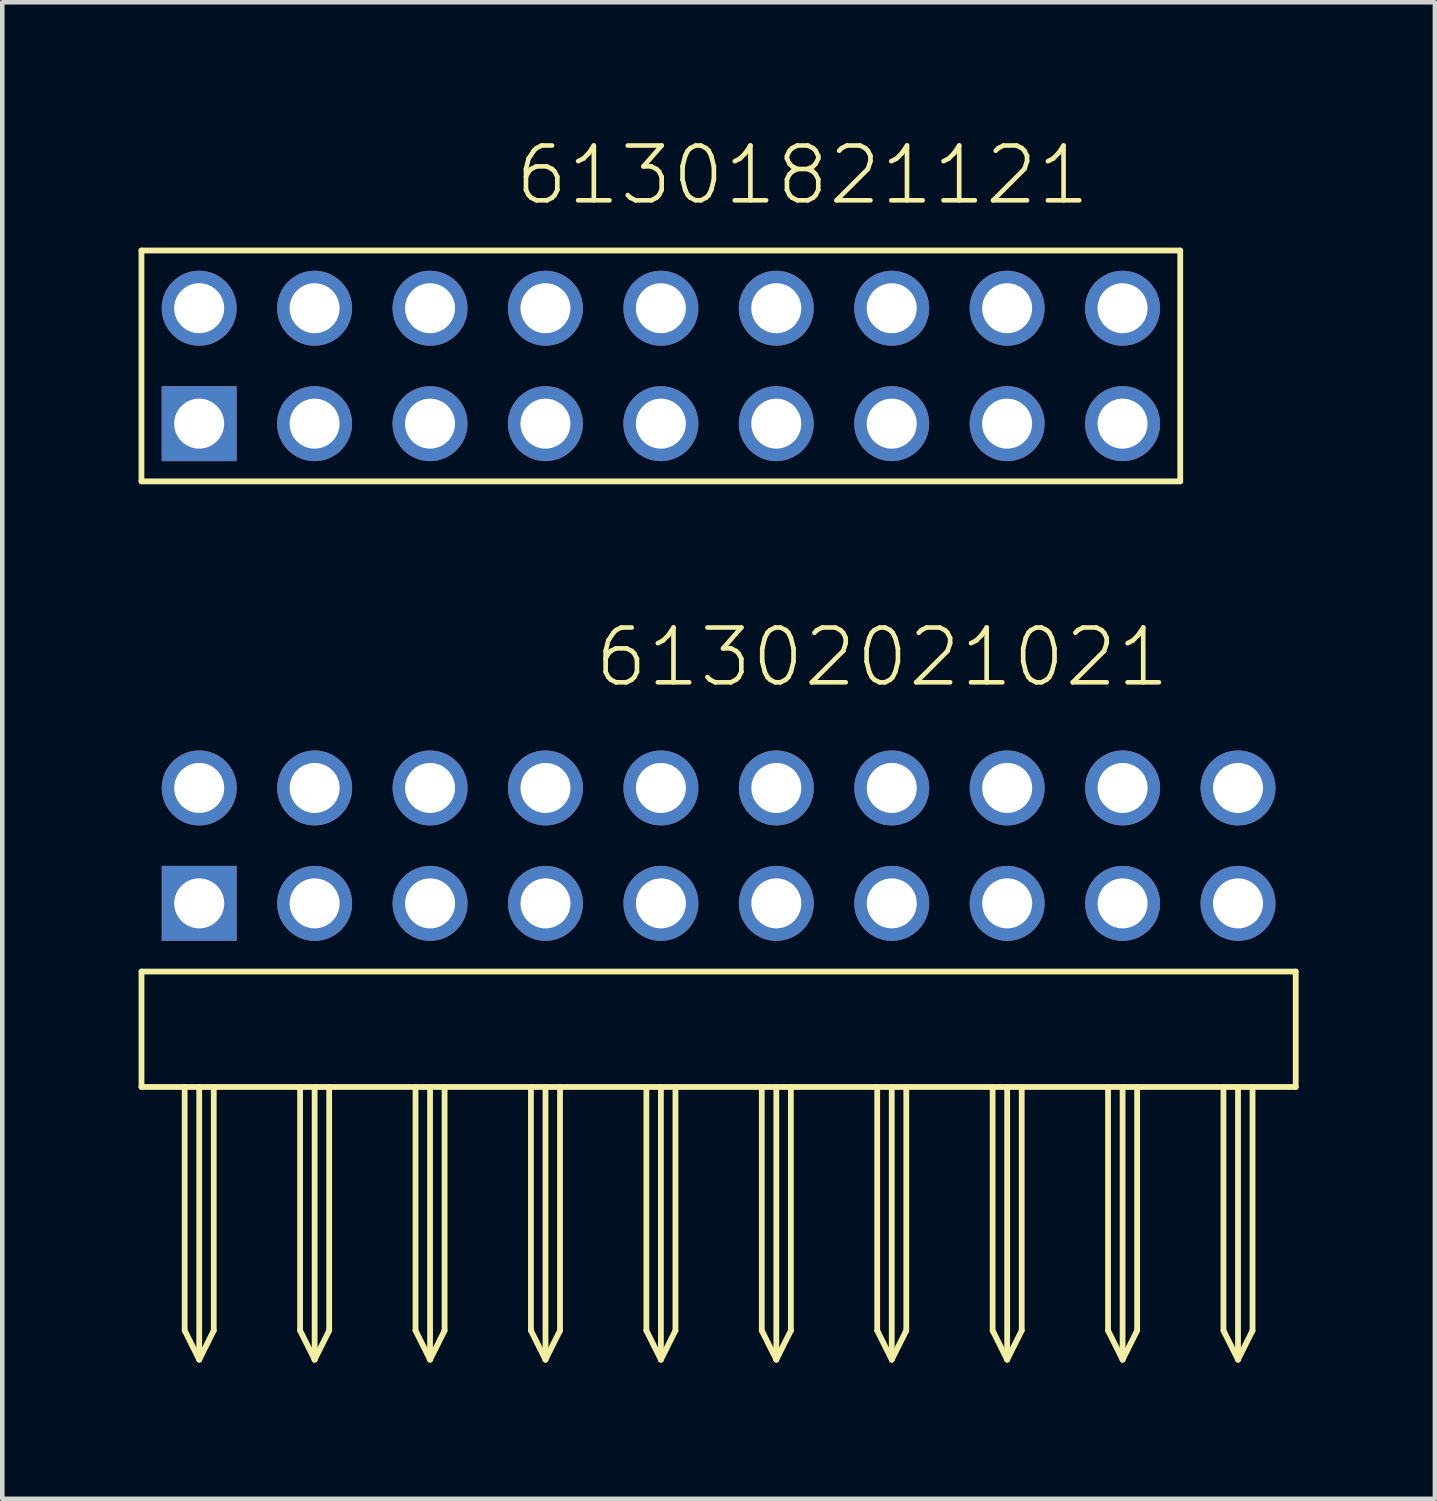
<source format=kicad_pcb>
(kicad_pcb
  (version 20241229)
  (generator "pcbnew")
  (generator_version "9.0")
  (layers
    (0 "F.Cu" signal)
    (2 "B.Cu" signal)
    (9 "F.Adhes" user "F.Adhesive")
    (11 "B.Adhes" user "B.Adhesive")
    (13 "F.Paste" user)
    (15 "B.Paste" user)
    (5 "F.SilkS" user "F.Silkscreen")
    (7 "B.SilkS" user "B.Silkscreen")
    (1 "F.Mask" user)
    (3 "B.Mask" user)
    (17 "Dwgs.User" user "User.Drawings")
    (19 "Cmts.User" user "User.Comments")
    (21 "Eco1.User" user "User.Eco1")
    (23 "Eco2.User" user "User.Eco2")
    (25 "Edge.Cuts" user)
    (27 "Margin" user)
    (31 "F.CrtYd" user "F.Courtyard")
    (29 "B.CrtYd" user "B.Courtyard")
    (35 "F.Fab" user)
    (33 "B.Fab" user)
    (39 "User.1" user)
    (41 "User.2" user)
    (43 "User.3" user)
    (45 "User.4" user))
  (footprint "61301821121"
    (layer "F.Cu")
    (at 11.493 5.003)
    (property "Reference" "61301821121" (at -3.265 -3.492 0) (layer "F.SilkS") (effects (font (size 1.206 1.206) (thickness 0.102)) (justify left bottom)))
    (attr through_hole)
    (fp_line (start -11.43 -2.54) (end 11.43 -2.54) (stroke (width 0.127) (type solid)) (layer "F.SilkS"))
    (fp_line (start -11.43 2.54) (end -11.43 -2.54) (stroke (width 0.127) (type solid)) (layer "F.SilkS"))
    (fp_line (start 11.43 -2.54) (end 11.43 2.54) (stroke (width 0.127) (type solid)) (layer "F.SilkS"))
    (fp_line (start 11.43 2.54) (end -11.43 2.54) (stroke (width 0.127) (type solid)) (layer "F.SilkS"))
    (pad "1" thru_hole rect (at -10.16 1.27) (size 1.65 1.65) (drill 1.1) (layers "*.Cu" "*.Mask"))
    (pad "2" thru_hole circle (at -7.62 1.27) (size 1.65 1.65) (drill 1.1) (layers "*.Cu" "*.Mask"))
    (pad "3" thru_hole circle (at -5.08 1.27) (size 1.65 1.65) (drill 1.1) (layers "*.Cu" "*.Mask"))
    (pad "4" thru_hole circle (at -2.54 1.27) (size 1.65 1.65) (drill 1.1) (layers "*.Cu" "*.Mask"))
    (pad "5" thru_hole circle (at 0 1.27) (size 1.65 1.65) (drill 1.1) (layers "*.Cu" "*.Mask"))
    (pad "6" thru_hole circle (at 2.54 1.27) (size 1.65 1.65) (drill 1.1) (layers "*.Cu" "*.Mask"))
    (pad "7" thru_hole circle (at 5.08 1.27) (size 1.65 1.65) (drill 1.1) (layers "*.Cu" "*.Mask"))
    (pad "8" thru_hole circle (at 7.62 1.27) (size 1.65 1.65) (drill 1.1) (layers "*.Cu" "*.Mask"))
    (pad "9" thru_hole circle (at 10.16 1.27) (size 1.65 1.65) (drill 1.1) (layers "*.Cu" "*.Mask"))
    (pad "10" thru_hole circle (at 10.16 -1.27) (size 1.65 1.65) (drill 1.1) (layers "*.Cu" "*.Mask"))
    (pad "11" thru_hole circle (at 7.62 -1.27) (size 1.65 1.65) (drill 1.1) (layers "*.Cu" "*.Mask"))
    (pad "12" thru_hole circle (at 5.08 -1.27) (size 1.65 1.65) (drill 1.1) (layers "*.Cu" "*.Mask"))
    (pad "13" thru_hole circle (at 2.54 -1.27) (size 1.65 1.65) (drill 1.1) (layers "*.Cu" "*.Mask"))
    (pad "14" thru_hole circle (at 0 -1.27) (size 1.65 1.65) (drill 1.1) (layers "*.Cu" "*.Mask"))
    (pad "15" thru_hole circle (at -2.54 -1.27) (size 1.65 1.65) (drill 1.1) (layers "*.Cu" "*.Mask"))
    (pad "16" thru_hole circle (at -5.08 -1.27) (size 1.65 1.65) (drill 1.1) (layers "*.Cu" "*.Mask"))
    (pad "17" thru_hole circle (at -7.62 -1.27) (size 1.65 1.65) (drill 1.1) (layers "*.Cu" "*.Mask"))
    (pad "18" thru_hole circle (at -10.16 -1.27) (size 1.65 1.65) (drill 1.1) (layers "*.Cu" "*.Mask")))
  (footprint "61302021021"
    (layer "F.Cu")
    (at 12.764 16.83)
    (property "Reference" "61302021021" (at -2.783 -4.712 0) (layer "F.SilkS") (effects (font (size 1.206 1.206) (thickness 0.102)) (justify left bottom)))
    (attr through_hole)
    (fp_line (start -12.7 1.5) (end -12.7 4.04) (stroke (width 0.127) (type solid)) (layer "F.SilkS"))
    (fp_line (start -12.7 4.04) (end -11.75 4.04) (stroke (width 0.127) (type solid)) (layer "F.SilkS"))
    (fp_line (start -11.75 4.04) (end -11.75 9.4) (stroke (width 0.127) (type solid)) (layer "F.SilkS"))
    (fp_line (start -11.75 4.04) (end -11.43 4.04) (stroke (width 0.127) (type solid)) (layer "F.SilkS"))
    (fp_line (start -11.75 9.4) (end -11.43 10.04) (stroke (width 0.127) (type solid)) (layer "F.SilkS"))
    (fp_line (start -11.43 4.04) (end -11.43 10.04) (stroke (width 0.127) (type solid)) (layer "F.SilkS"))
    (fp_line (start -11.43 4.04) (end -11.11 4.04) (stroke (width 0.127) (type solid)) (layer "F.SilkS"))
    (fp_line (start -11.43 10.04) (end -11.11 9.4) (stroke (width 0.127) (type solid)) (layer "F.SilkS"))
    (fp_line (start -11.11 4.04) (end -11.11 9.4) (stroke (width 0.127) (type solid)) (layer "F.SilkS"))
    (fp_line (start -11.11 4.04) (end -8.89 4.04) (stroke (width 0.127) (type solid)) (layer "F.SilkS"))
    (fp_line (start -9.21 4.04) (end -9.21 9.4) (stroke (width 0.127) (type solid)) (layer "F.SilkS"))
    (fp_line (start -9.21 9.4) (end -8.89 10.04) (stroke (width 0.127) (type solid)) (layer "F.SilkS"))
    (fp_line (start -8.89 4.04) (end -8.89 10.04) (stroke (width 0.127) (type solid)) (layer "F.SilkS"))
    (fp_line (start -8.89 4.04) (end -3.81 4.04) (stroke (width 0.127) (type solid)) (layer "F.SilkS"))
    (fp_line (start -8.89 10.04) (end -8.57 9.4) (stroke (width 0.127) (type solid)) (layer "F.SilkS"))
    (fp_line (start -8.57 4.04) (end -8.57 9.4) (stroke (width 0.127) (type solid)) (layer "F.SilkS"))
    (fp_line (start -6.67 4.04) (end -6.67 9.4) (stroke (width 0.127) (type solid)) (layer "F.SilkS"))
    (fp_line (start -6.67 9.4) (end -6.35 10.04) (stroke (width 0.127) (type solid)) (layer "F.SilkS"))
    (fp_line (start -6.35 4.04) (end -6.35 10.04) (stroke (width 0.127) (type solid)) (layer "F.SilkS"))
    (fp_line (start -6.35 10.04) (end -6.03 9.4) (stroke (width 0.127) (type solid)) (layer "F.SilkS"))
    (fp_line (start -6.03 4.04) (end -6.03 9.4) (stroke (width 0.127) (type solid)) (layer "F.SilkS"))
    (fp_line (start -4.13 4.04) (end -4.13 9.4) (stroke (width 0.127) (type solid)) (layer "F.SilkS"))
    (fp_line (start -4.13 9.4) (end -3.81 10.04) (stroke (width 0.127) (type solid)) (layer "F.SilkS"))
    (fp_line (start -3.81 4.04) (end -3.81 10.04) (stroke (width 0.127) (type solid)) (layer "F.SilkS"))
    (fp_line (start -3.81 4.04) (end -1.27 4.04) (stroke (width 0.127) (type solid)) (layer "F.SilkS"))
    (fp_line (start -3.81 10.04) (end -3.49 9.4) (stroke (width 0.127) (type solid)) (layer "F.SilkS"))
    (fp_line (start -3.49 4.04) (end -3.49 9.4) (stroke (width 0.127) (type solid)) (layer "F.SilkS"))
    (fp_line (start -1.59 4.04) (end -1.59 9.4) (stroke (width 0.127) (type solid)) (layer "F.SilkS"))
    (fp_line (start -1.59 9.4) (end -1.27 10.04) (stroke (width 0.127) (type solid)) (layer "F.SilkS"))
    (fp_line (start -1.27 4.04) (end -1.27 10.04) (stroke (width 0.127) (type solid)) (layer "F.SilkS"))
    (fp_line (start -1.27 4.04) (end 12.7 4.04) (stroke (width 0.127) (type solid)) (layer "F.SilkS"))
    (fp_line (start -1.27 10.04) (end -0.95 9.4) (stroke (width 0.127) (type solid)) (layer "F.SilkS"))
    (fp_line (start -0.95 4.04) (end -0.95 9.4) (stroke (width 0.127) (type solid)) (layer "F.SilkS"))
    (fp_line (start 0.95 4.04) (end 0.95 9.4) (stroke (width 0.127) (type solid)) (layer "F.SilkS"))
    (fp_line (start 0.95 9.4) (end 1.27 10.04) (stroke (width 0.127) (type solid)) (layer "F.SilkS"))
    (fp_line (start 1.27 4.04) (end 1.27 10.04) (stroke (width 0.127) (type solid)) (layer "F.SilkS"))
    (fp_line (start 1.27 10.04) (end 1.59 9.4) (stroke (width 0.127) (type solid)) (layer "F.SilkS"))
    (fp_line (start 1.59 4.04) (end 1.59 9.4) (stroke (width 0.127) (type solid)) (layer "F.SilkS"))
    (fp_line (start 3.49 4.04) (end 3.49 9.4) (stroke (width 0.127) (type solid)) (layer "F.SilkS"))
    (fp_line (start 3.49 9.4) (end 3.81 10.04) (stroke (width 0.127) (type solid)) (layer "F.SilkS"))
    (fp_line (start 3.81 4.04) (end 3.81 10.04) (stroke (width 0.127) (type solid)) (layer "F.SilkS"))
    (fp_line (start 3.81 10.04) (end 4.13 9.4) (stroke (width 0.127) (type solid)) (layer "F.SilkS"))
    (fp_line (start 4.13 4.04) (end 4.13 9.4) (stroke (width 0.127) (type solid)) (layer "F.SilkS"))
    (fp_line (start 6.03 4.04) (end 6.03 9.4) (stroke (width 0.127) (type solid)) (layer "F.SilkS"))
    (fp_line (start 6.03 9.4) (end 6.35 10.04) (stroke (width 0.127) (type solid)) (layer "F.SilkS"))
    (fp_line (start 6.35 4.04) (end 6.35 10.04) (stroke (width 0.127) (type solid)) (layer "F.SilkS"))
    (fp_line (start 6.35 10.04) (end 6.67 9.4) (stroke (width 0.127) (type solid)) (layer "F.SilkS"))
    (fp_line (start 6.67 4.04) (end 6.67 9.4) (stroke (width 0.127) (type solid)) (layer "F.SilkS"))
    (fp_line (start 8.57 4.04) (end 8.57 9.4) (stroke (width 0.127) (type solid)) (layer "F.SilkS"))
    (fp_line (start 8.57 9.4) (end 8.89 10.04) (stroke (width 0.127) (type solid)) (layer "F.SilkS"))
    (fp_line (start 8.89 4.04) (end 8.89 10.04) (stroke (width 0.127) (type solid)) (layer "F.SilkS"))
    (fp_line (start 8.89 10.04) (end 9.21 9.4) (stroke (width 0.127) (type solid)) (layer "F.SilkS"))
    (fp_line (start 9.21 4.04) (end 9.21 9.4) (stroke (width 0.127) (type solid)) (layer "F.SilkS"))
    (fp_line (start 11.11 4.04) (end 11.11 9.4) (stroke (width 0.127) (type solid)) (layer "F.SilkS"))
    (fp_line (start 11.11 9.4) (end 11.43 10.04) (stroke (width 0.127) (type solid)) (layer "F.SilkS"))
    (fp_line (start 11.43 4.04) (end 11.43 10.04) (stroke (width 0.127) (type solid)) (layer "F.SilkS"))
    (fp_line (start 11.43 10.04) (end 11.75 9.4) (stroke (width 0.127) (type solid)) (layer "F.SilkS"))
    (fp_line (start 11.75 4.04) (end 11.75 9.4) (stroke (width 0.127) (type solid)) (layer "F.SilkS"))
    (fp_line (start 12.7 1.5) (end -12.7 1.5) (stroke (width 0.127) (type solid)) (layer "F.SilkS"))
    (fp_line (start 12.7 4.04) (end 12.7 1.5) (stroke (width 0.127) (type solid)) (layer "F.SilkS"))
    (pad "1" thru_hole rect (at -11.43 0 180) (size 1.65 1.65) (drill 1.1) (layers "*.Cu" "*.Mask"))
    (pad "2" thru_hole circle (at -8.89 0 180) (size 1.65 1.65) (drill 1.1) (layers "*.Cu" "*.Mask"))
    (pad "3" thru_hole circle (at -6.35 0 180) (size 1.65 1.65) (drill 1.1) (layers "*.Cu" "*.Mask"))
    (pad "4" thru_hole circle (at -3.81 0 180) (size 1.65 1.65) (drill 1.1) (layers "*.Cu" "*.Mask"))
    (pad "5" thru_hole circle (at -1.27 0 180) (size 1.65 1.65) (drill 1.1) (layers "*.Cu" "*.Mask"))
    (pad "6" thru_hole circle (at 1.27 0 180) (size 1.65 1.65) (drill 1.1) (layers "*.Cu" "*.Mask"))
    (pad "7" thru_hole circle (at 3.81 0 180) (size 1.65 1.65) (drill 1.1) (layers "*.Cu" "*.Mask"))
    (pad "8" thru_hole circle (at 6.35 0 180) (size 1.65 1.65) (drill 1.1) (layers "*.Cu" "*.Mask"))
    (pad "9" thru_hole circle (at 8.89 0 180) (size 1.65 1.65) (drill 1.1) (layers "*.Cu" "*.Mask"))
    (pad "10" thru_hole circle (at 11.43 0 180) (size 1.65 1.65) (drill 1.1) (layers "*.Cu" "*.Mask"))
    (pad "11" thru_hole circle (at 11.43 -2.54) (size 1.65 1.65) (drill 1.1) (layers "*.Cu" "*.Mask"))
    (pad "12" thru_hole circle (at 8.89 -2.54) (size 1.65 1.65) (drill 1.1) (layers "*.Cu" "*.Mask"))
    (pad "13" thru_hole circle (at 6.35 -2.54) (size 1.65 1.65) (drill 1.1) (layers "*.Cu" "*.Mask"))
    (pad "14" thru_hole circle (at 3.81 -2.54) (size 1.65 1.65) (drill 1.1) (layers "*.Cu" "*.Mask"))
    (pad "15" thru_hole circle (at 1.27 -2.54) (size 1.65 1.65) (drill 1.1) (layers "*.Cu" "*.Mask"))
    (pad "16" thru_hole circle (at -1.27 -2.54) (size 1.65 1.65) (drill 1.1) (layers "*.Cu" "*.Mask"))
    (pad "17" thru_hole circle (at -3.81 -2.54) (size 1.65 1.65) (drill 1.1) (layers "*.Cu" "*.Mask"))
    (pad "18" thru_hole circle (at -6.35 -2.54) (size 1.65 1.65) (drill 1.1) (layers "*.Cu" "*.Mask"))
    (pad "19" thru_hole circle (at -8.89 -2.54) (size 1.65 1.65) (drill 1.1) (layers "*.Cu" "*.Mask"))
    (pad "20" thru_hole circle (at -11.43 -2.54) (size 1.65 1.65) (drill 1.1) (layers "*.Cu" "*.Mask")))
  (gr_rect
    (start -3 -3)
    (end 28.527 29.933)
    (stroke (width 0.1) (type default))
    (fill no)
    (layer "Edge.Cuts")))
</source>
